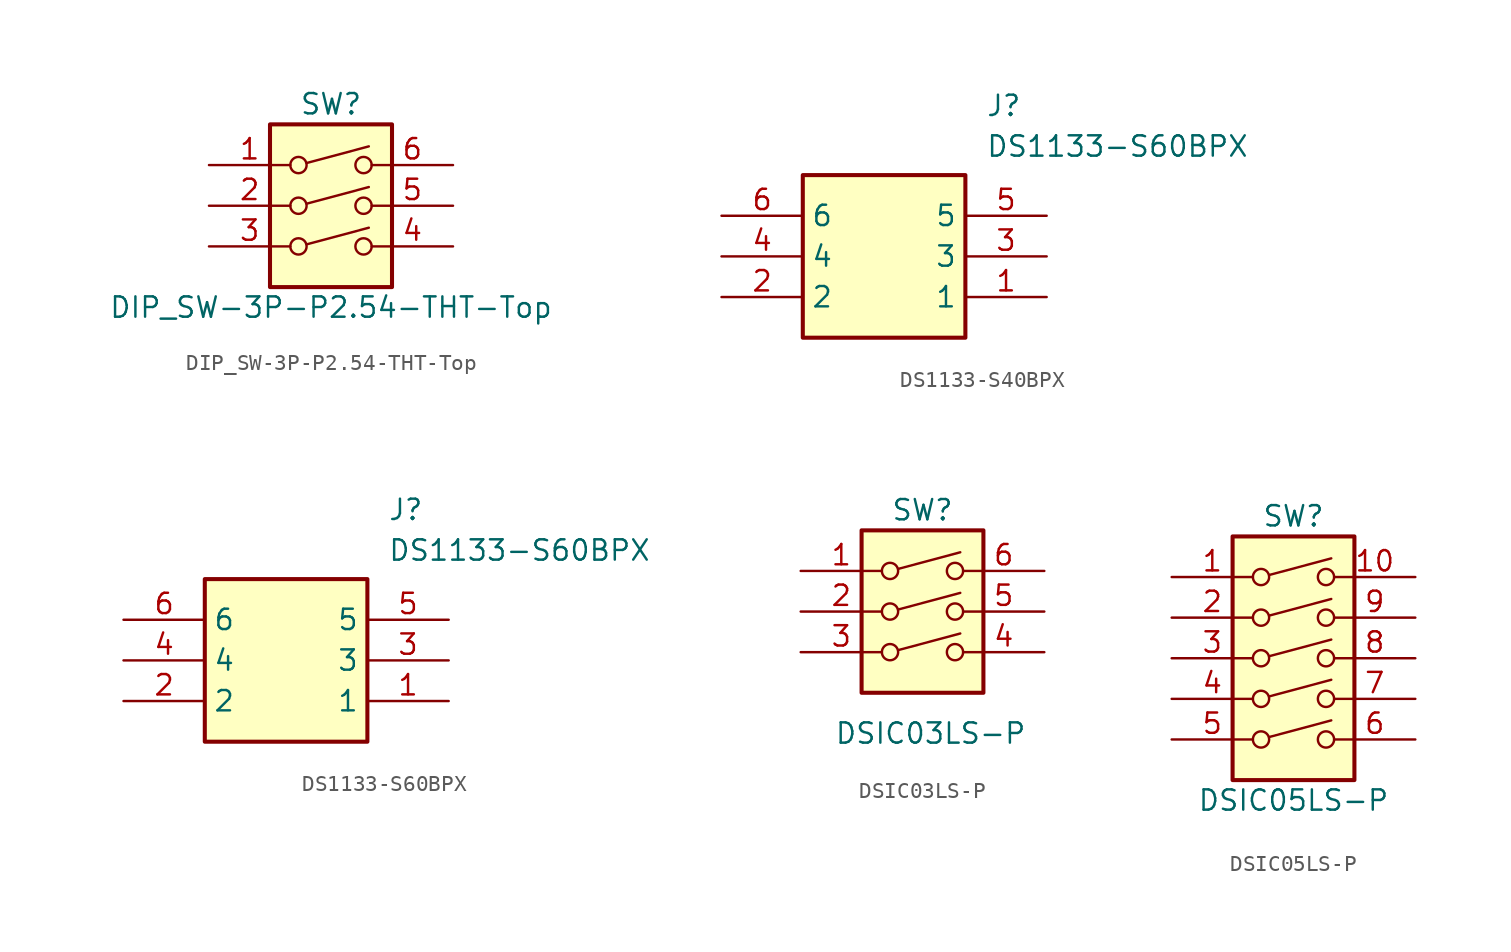
<source format=kicad_sym>
(kicad_symbol_lib
  (version 20231120)
  (generator "kicad_symbol_editor")
  (generator_version "8.0")
  (symbol "DIP_SW-3P-P2.54-THT-Top"
    (pin_names
      (offset 0) hide)
    (property "Reference" "SW"
      (at 0 6.35 0)
      (effects (font (size 1.27 1.27))))
    (property "Value" "DIP_SW-3P-P2.54-THT-Top"
      (at 0 -6.35 0)
      (effects (font (size 1.27 1.27))))
    (symbol "DIP_SW-3P-P2.54-THT-Top_0_0"
      (circle (center -2.032 -2.54) (radius 0.508) (stroke (width 0) (type default)) (fill (type none)))
      (circle (center -2.032 0) (radius 0.508) (stroke (width 0) (type default)) (fill (type none)))
      (circle (center -2.032 2.54) (radius 0.508) (stroke (width 0) (type default)) (fill (type none)))
      (polyline (pts (xy -1.524 -2.413) (xy 2.362 -1.372)) (stroke (width 0) (type default)) (fill (type none)))
      (polyline (pts (xy -1.524 0.127) (xy 2.362 1.168)) (stroke (width 0) (type default)) (fill (type none)))
      (polyline (pts (xy -1.524 2.667) (xy 2.362 3.708)) (stroke (width 0) (type default)) (fill (type none)))
      (circle (center 2.032 -2.54) (radius 0.508) (stroke (width 0) (type default)) (fill (type none)))
      (circle (center 2.032 0) (radius 0.508) (stroke (width 0) (type default)) (fill (type none)))
      (circle (center 2.032 2.54) (radius 0.508) (stroke (width 0) (type default)) (fill (type none))))
    (symbol "DIP_SW-3P-P2.54-THT-Top_0_1"
      (rectangle (start -3.81 5.08) (end 3.81 -5.08) (stroke (width 0.254) (type default)) (fill (type background))))
    (symbol "DIP_SW-3P-P2.54-THT-Top_1_1"
      (pin passive line (at -7.62 2.54 0) (length 5.08) (name "~" (effects (font (size 1.27 1.27)))) (number "1" (effects (font (size 1.27 1.27)))))
      (pin passive line (at -7.62 0 0) (length 5.08) (name "~" (effects (font (size 1.27 1.27)))) (number "2" (effects (font (size 1.27 1.27)))))
      (pin passive line (at -7.62 -2.54 0) (length 5.08) (name "~" (effects (font (size 1.27 1.27)))) (number "3" (effects (font (size 1.27 1.27)))))
      (pin passive line (at 7.62 -2.54 180) (length 5.08) (name "~" (effects (font (size 1.27 1.27)))) (number "4" (effects (font (size 1.27 1.27)))))
      (pin passive line (at 7.62 0 180) (length 5.08) (name "~" (effects (font (size 1.27 1.27)))) (number "5" (effects (font (size 1.27 1.27)))))
      (pin passive line (at 7.62 2.54 180) (length 5.08) (name "~" (effects (font (size 1.27 1.27)))) (number "6" (effects (font (size 1.27 1.27)))))))
  (symbol "DS1133-S40BPX"
    (property "Reference" "J"
      (at 16.51 7.62 0)
      (effects (font (size 1.27 1.27)) (justify left top)))
    (property "Value" "DS1133-S60BPX"
      (at 16.51 5.08 0)
      (effects (font (size 1.27 1.27)) (justify left top)))
    (symbol "DS1133-S40BPX_1_1"
      (rectangle (start 5.08 2.54) (end 15.24 -7.62) (stroke (width 0.254) (type default)) (fill (type background)))
      (pin passive line (at 20.32 -5.08 180) (length 5.08) (name "1" (effects (font (size 1.27 1.27)))) (number "1" (effects (font (size 1.27 1.27)))))
      (pin passive line (at 0 -5.08 0) (length 5.08) (name "2" (effects (font (size 1.27 1.27)))) (number "2" (effects (font (size 1.27 1.27)))))
      (pin passive line (at 20.32 -2.54 180) (length 5.08) (name "3" (effects (font (size 1.27 1.27)))) (number "3" (effects (font (size 1.27 1.27)))))
      (pin passive line (at 0 -2.54 0) (length 5.08) (name "4" (effects (font (size 1.27 1.27)))) (number "4" (effects (font (size 1.27 1.27)))))
      (pin passive line (at 20.32 0 180) (length 5.08) (name "5" (effects (font (size 1.27 1.27)))) (number "5" (effects (font (size 1.27 1.27)))))
      (pin passive line (at 0 0 0) (length 5.08) (name "6" (effects (font (size 1.27 1.27)))) (number "6" (effects (font (size 1.27 1.27)))))))
  (symbol "DS1133-S60BPX"
    (property "Reference" "J"
      (at 16.51 7.62 0)
      (effects (font (size 1.27 1.27)) (justify left top)))
    (property "Value" "DS1133-S60BPX"
      (at 16.51 5.08 0)
      (effects (font (size 1.27 1.27)) (justify left top)))
    (symbol "DS1133-S60BPX_1_1"
      (rectangle (start 5.08 2.54) (end 15.24 -7.62) (stroke (width 0.254) (type default)) (fill (type background)))
      (pin passive line (at 20.32 -5.08 180) (length 5.08) (name "1" (effects (font (size 1.27 1.27)))) (number "1" (effects (font (size 1.27 1.27)))))
      (pin passive line (at 0 -5.08 0) (length 5.08) (name "2" (effects (font (size 1.27 1.27)))) (number "2" (effects (font (size 1.27 1.27)))))
      (pin passive line (at 20.32 -2.54 180) (length 5.08) (name "3" (effects (font (size 1.27 1.27)))) (number "3" (effects (font (size 1.27 1.27)))))
      (pin passive line (at 0 -2.54 0) (length 5.08) (name "4" (effects (font (size 1.27 1.27)))) (number "4" (effects (font (size 1.27 1.27)))))
      (pin passive line (at 20.32 0 180) (length 5.08) (name "5" (effects (font (size 1.27 1.27)))) (number "5" (effects (font (size 1.27 1.27)))))
      (pin passive line (at 0 0 0) (length 5.08) (name "6" (effects (font (size 1.27 1.27)))) (number "6" (effects (font (size 1.27 1.27)))))))
  (symbol "DSIC03LS-P"
    (pin_names
      (offset 0) hide)
    (property "Reference" "SW"
      (at 0 8.89 0)
      (effects (font (size 1.27 1.27))))
    (property "Value" "DSIC03LS-P"
      (at 0.508 -5.08 0)
      (effects (font (size 1.27 1.27))))
    (symbol "DSIC03LS-P_0_0"
      (circle (center -2.032 0) (radius 0.508) (stroke (width 0) (type default)) (fill (type none)))
      (circle (center -2.032 2.54) (radius 0.508) (stroke (width 0) (type default)) (fill (type none)))
      (circle (center -2.032 5.08) (radius 0.508) (stroke (width 0) (type default)) (fill (type none)))
      (polyline (pts (xy -1.524 0.127) (xy 2.362 1.168)) (stroke (width 0) (type default)) (fill (type none)))
      (polyline (pts (xy -1.524 2.667) (xy 2.362 3.708)) (stroke (width 0) (type default)) (fill (type none)))
      (polyline (pts (xy -1.524 5.207) (xy 2.362 6.248)) (stroke (width 0) (type default)) (fill (type none)))
      (circle (center 2.032 0) (radius 0.508) (stroke (width 0) (type default)) (fill (type none)))
      (circle (center 2.032 2.54) (radius 0.508) (stroke (width 0) (type default)) (fill (type none)))
      (circle (center 2.032 5.08) (radius 0.508) (stroke (width 0) (type default)) (fill (type none))))
    (symbol "DSIC03LS-P_0_1"
      (rectangle (start -3.81 7.62) (end 3.81 -2.54) (stroke (width 0.254) (type default)) (fill (type background))))
    (symbol "DSIC03LS-P_1_1"
      (pin passive line (at -7.62 5.08 0) (length 5.08) (name "~" (effects (font (size 1.27 1.27)))) (number "1" (effects (font (size 1.27 1.27)))))
      (pin passive line (at -7.62 2.54 0) (length 5.08) (name "~" (effects (font (size 1.27 1.27)))) (number "2" (effects (font (size 1.27 1.27)))))
      (pin passive line (at -7.62 0 0) (length 5.08) (name "~" (effects (font (size 1.27 1.27)))) (number "3" (effects (font (size 1.27 1.27)))))
      (pin passive line (at 7.62 0 180) (length 5.08) (name "4" (effects (font (size 1.27 1.27)))) (number "4" (effects (font (size 1.27 1.27)))))
      (pin passive line (at 7.62 2.54 180) (length 5.08) (name "5" (effects (font (size 1.27 1.27)))) (number "5" (effects (font (size 1.27 1.27)))))
      (pin passive line (at 7.62 5.08 180) (length 5.08) (name "6" (effects (font (size 1.27 1.27)))) (number "6" (effects (font (size 1.27 1.27)))))))
  (symbol "DSIC05LS-P"
    (pin_names
      (offset 0) hide)
    (property "Reference" "SW"
      (at 0 8.89 0)
      (effects (font (size 1.27 1.27))))
    (property "Value" "DSIC05LS-P"
      (at 0 -8.89 0)
      (effects (font (size 1.27 1.27))))
    (symbol "DSIC05LS-P_0_0"
      (circle (center -2.032 -5.08) (radius 0.508) (stroke (width 0) (type default)) (fill (type none)))
      (circle (center -2.032 -2.54) (radius 0.508) (stroke (width 0) (type default)) (fill (type none)))
      (circle (center -2.032 0) (radius 0.508) (stroke (width 0) (type default)) (fill (type none)))
      (circle (center -2.032 2.54) (radius 0.508) (stroke (width 0) (type default)) (fill (type none)))
      (circle (center -2.032 5.08) (radius 0.508) (stroke (width 0) (type default)) (fill (type none)))
      (polyline (pts (xy -1.524 -4.928) (xy 2.362 -3.886)) (stroke (width 0) (type default)) (fill (type none)))
      (polyline (pts (xy -1.524 -2.388) (xy 2.362 -1.346)) (stroke (width 0) (type default)) (fill (type none)))
      (polyline (pts (xy -1.524 0.127) (xy 2.362 1.168)) (stroke (width 0) (type default)) (fill (type none)))
      (polyline (pts (xy -1.524 2.667) (xy 2.362 3.708)) (stroke (width 0) (type default)) (fill (type none)))
      (polyline (pts (xy -1.524 5.207) (xy 2.362 6.248)) (stroke (width 0) (type default)) (fill (type none)))
      (circle (center 2.032 -5.08) (radius 0.508) (stroke (width 0) (type default)) (fill (type none)))
      (circle (center 2.032 -2.54) (radius 0.508) (stroke (width 0) (type default)) (fill (type none)))
      (circle (center 2.032 0) (radius 0.508) (stroke (width 0) (type default)) (fill (type none)))
      (circle (center 2.032 2.54) (radius 0.508) (stroke (width 0) (type default)) (fill (type none)))
      (circle (center 2.032 5.08) (radius 0.508) (stroke (width 0) (type default)) (fill (type none))))
    (symbol "DSIC05LS-P_0_1"
      (rectangle (start -3.81 7.62) (end 3.81 -7.62) (stroke (width 0.254) (type default)) (fill (type background))))
    (symbol "DSIC05LS-P_1_1"
      (pin passive line (at -7.62 5.08 0) (length 5.08) (name "~" (effects (font (size 1.27 1.27)))) (number "1" (effects (font (size 1.27 1.27)))))
      (pin passive line (at 7.62 5.08 180) (length 5.08) (name "~" (effects (font (size 1.27 1.27)))) (number "10" (effects (font (size 1.27 1.27)))))
      (pin passive line (at -7.62 2.54 0) (length 5.08) (name "~" (effects (font (size 1.27 1.27)))) (number "2" (effects (font (size 1.27 1.27)))))
      (pin passive line (at -7.62 0 0) (length 5.08) (name "~" (effects (font (size 1.27 1.27)))) (number "3" (effects (font (size 1.27 1.27)))))
      (pin passive line (at -7.62 -2.54 0) (length 5.08) (name "~" (effects (font (size 1.27 1.27)))) (number "4" (effects (font (size 1.27 1.27)))))
      (pin passive line (at -7.62 -5.08 0) (length 5.08) (name "~" (effects (font (size 1.27 1.27)))) (number "5" (effects (font (size 1.27 1.27)))))
      (pin passive line (at 7.62 -5.08 180) (length 5.08) (name "~" (effects (font (size 1.27 1.27)))) (number "6" (effects (font (size 1.27 1.27)))))
      (pin passive line (at 7.62 -2.54 180) (length 5.08) (name "~" (effects (font (size 1.27 1.27)))) (number "7" (effects (font (size 1.27 1.27)))))
      (pin passive line (at 7.62 0 180) (length 5.08) (name "~" (effects (font (size 1.27 1.27)))) (number "8" (effects (font (size 1.27 1.27)))))
      (pin passive line (at 7.62 2.54 180) (length 5.08) (name "~" (effects (font (size 1.27 1.27)))) (number "9" (effects (font (size 1.27 1.27))))))))
</source>
